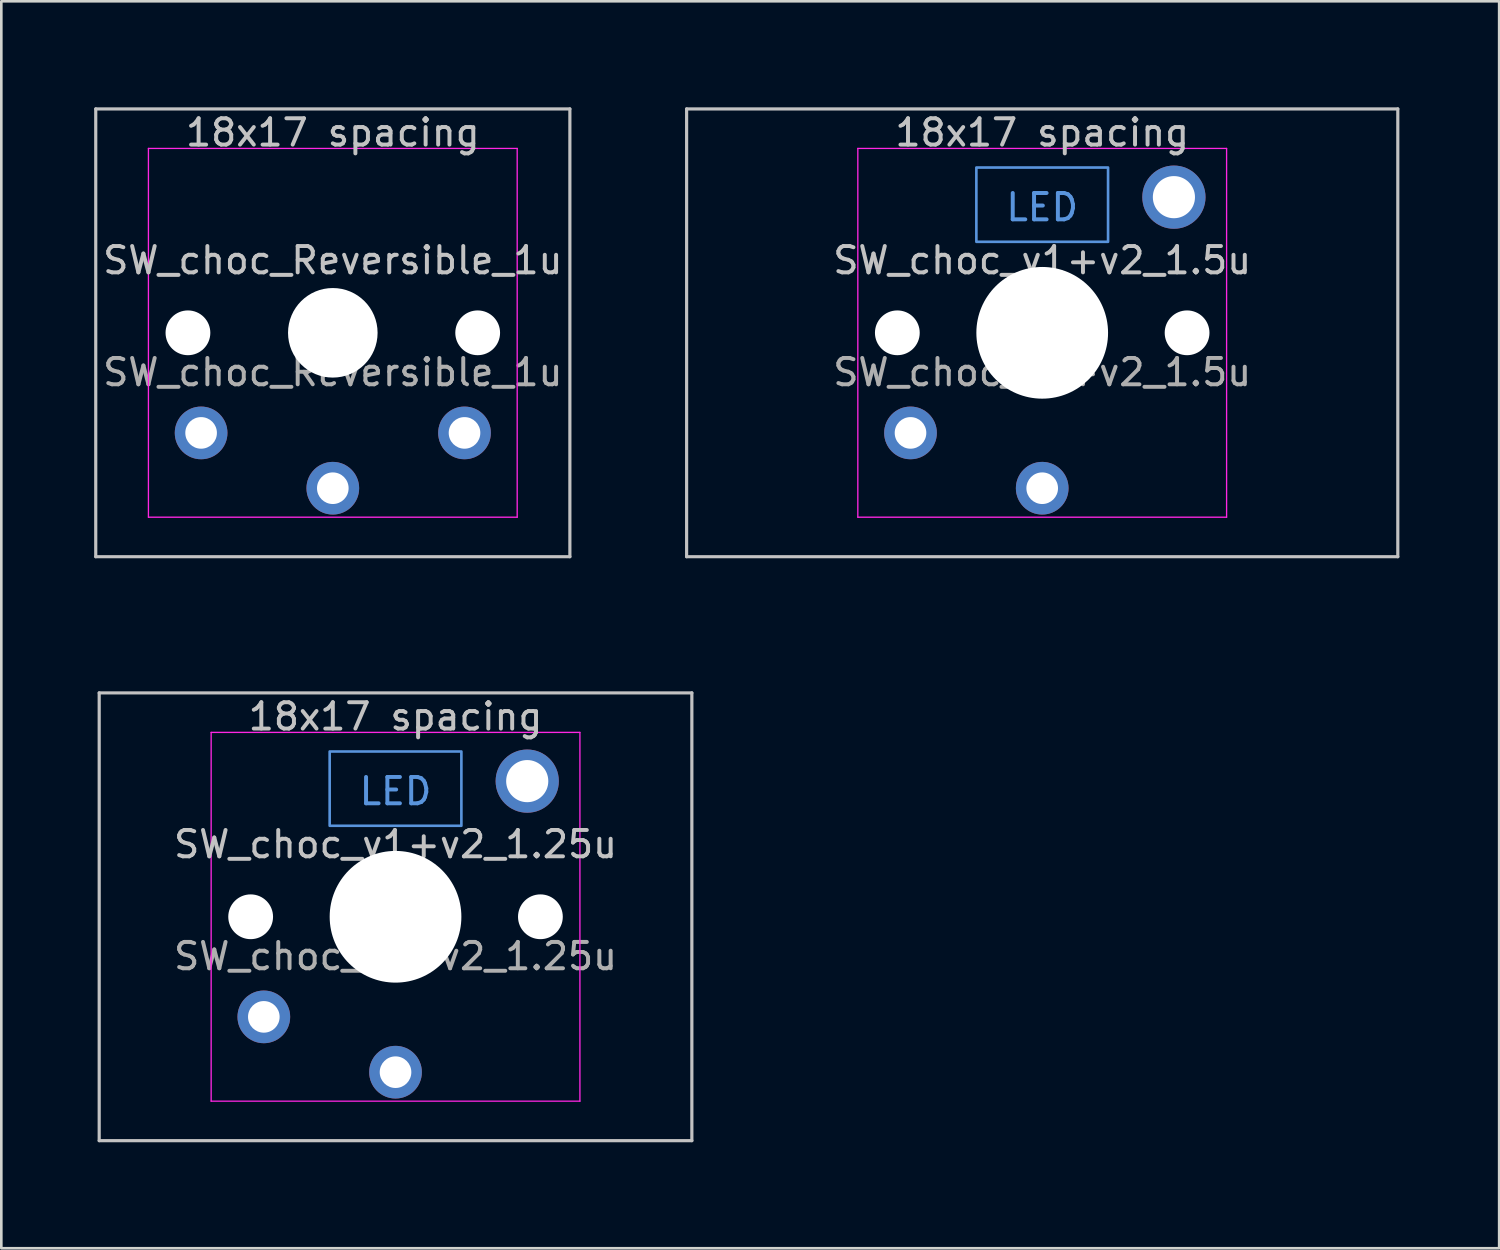
<source format=kicad_pcb>
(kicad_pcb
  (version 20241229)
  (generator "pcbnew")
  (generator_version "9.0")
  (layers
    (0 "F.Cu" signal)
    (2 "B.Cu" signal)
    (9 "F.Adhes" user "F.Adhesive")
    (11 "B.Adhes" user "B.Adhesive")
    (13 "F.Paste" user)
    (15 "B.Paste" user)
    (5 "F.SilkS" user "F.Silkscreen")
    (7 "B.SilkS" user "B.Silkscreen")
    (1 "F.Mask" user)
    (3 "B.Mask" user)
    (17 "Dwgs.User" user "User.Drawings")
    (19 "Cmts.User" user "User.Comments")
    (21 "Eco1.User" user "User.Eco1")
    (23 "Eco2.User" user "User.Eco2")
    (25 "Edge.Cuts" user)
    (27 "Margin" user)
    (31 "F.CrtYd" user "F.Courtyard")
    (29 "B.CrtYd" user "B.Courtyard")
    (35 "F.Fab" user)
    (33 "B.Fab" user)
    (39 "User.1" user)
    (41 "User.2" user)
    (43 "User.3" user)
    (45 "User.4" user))
  (footprint "SW_choc_Reversible_1u"
    (layer "F.Cu")
    (at 9.585 9.585)
    (property "Reference" "SW_choc_Reversible_1u" (at 0 -2.75 180) (layer "Dwgs.User") (effects (font (size 1 1) (thickness 0.15))))
    (attr through_hole exclude_from_pos_files exclude_from_bom)
    (fp_line (start -9 -8.5) (end 9 -8.5) (stroke (width 0.12) (type solid)) (layer "Dwgs.User"))
    (fp_line (start -9 8.5) (end -9 -8.5) (stroke (width 0.12) (type solid)) (layer "Dwgs.User"))
    (fp_line (start 9 -8.5) (end 9 8.5) (stroke (width 0.12) (type solid)) (layer "Dwgs.User"))
    (fp_line (start 9 8.5) (end -9 8.5) (stroke (width 0.12) (type solid)) (layer "Dwgs.User"))
    (fp_line (start -9.525 -9.525) (end -9.525 9.525) (stroke (width 0.12) (type solid)) (layer "Eco1.User"))
    (fp_line (start -9.525 9.525) (end 9.525 9.525) (stroke (width 0.12) (type solid)) (layer "Eco1.User"))
    (fp_line (start 9.525 -9.525) (end -9.525 -9.525) (stroke (width 0.12) (type solid)) (layer "Eco1.User"))
    (fp_line (start 9.525 9.525) (end 9.525 -9.525) (stroke (width 0.12) (type solid)) (layer "Eco1.User"))
    (fp_line (start -6.95 6.45) (end -6.95 -6.45) (stroke (width 0.05) (type solid)) (layer "Eco2.User"))
    (fp_line (start -6.45 -6.95) (end 6.45 -6.95) (stroke (width 0.05) (type solid)) (layer "Eco2.User"))
    (fp_line (start 6.45 6.95) (end -6.45 6.95) (stroke (width 0.05) (type solid)) (layer "Eco2.User"))
    (fp_line (start 6.95 -6.45) (end 6.95 6.45) (stroke (width 0.05) (type solid)) (layer "Eco2.User"))
    (fp_arc (start -6.95 -6.45) (mid -6.803553 -6.803553) (end -6.45 -6.95) (stroke (width 0.05) (type solid)) (layer "Eco2.User"))
    (fp_arc (start -6.45 6.95) (mid -6.803553 6.803553) (end -6.95 6.45) (stroke (width 0.05) (type solid)) (layer "Eco2.User"))
    (fp_arc (start 6.45 -6.95) (mid 6.803553 -6.803553) (end 6.95 -6.45) (stroke (width 0.05) (type solid)) (layer "Eco2.User"))
    (fp_arc (start 6.95 6.45) (mid 6.803553 6.803553) (end 6.45 6.95) (stroke (width 0.05) (type solid)) (layer "Eco2.User"))
    (fp_line (start -7 -7) (end 7 -7) (stroke (width 0.05) (type solid)) (layer "F.CrtYd"))
    (fp_line (start -7 7) (end -7 -7) (stroke (width 0.05) (type solid)) (layer "F.CrtYd"))
    (fp_line (start 7 -7) (end 7 7) (stroke (width 0.05) (type solid)) (layer "F.CrtYd"))
    (fp_line (start 7 7) (end -7 7) (stroke (width 0.05) (type solid)) (layer "F.CrtYd"))
    (fp_text user "18x17 spacing" (at 0 -7.6 180) (layer "Dwgs.User") (effects (font (size 1 1) (thickness 0.15))))
    (fp_text user "19.05 spacing" (at 0 -8.7 180) (layer "Eco1.User") (effects (font (size 1 1) (thickness 0.15))))
    (fp_text user "${REFERENCE}" (at 0 1.5 0) (layer "F.Fab") (effects (font (size 1 1) (thickness 0.15))))
    (pad "" np_thru_hole circle (at -5.5 0 180) (size 1.7 1.7) (drill 1.7) (layers "*.Cu" "*.Mask"))
    (pad "" np_thru_hole circle (at 0 0 180) (size 3.4 3.4) (drill 3.4) (layers "*.Cu" "*.Mask"))
    (pad "" np_thru_hole circle (at 5.5 0 180) (size 1.7 1.7) (drill 1.7) (layers "*.Cu" "*.Mask"))
    (pad "1" thru_hole circle (at -5 3.8 180) (size 2 2) (drill 1.2) (layers "*.Cu" "*.Mask"))
    (pad "1" thru_hole circle (at 5 3.8) (size 2 2) (drill 1.2) (layers "*.Cu" "*.Mask"))
    (pad "2" thru_hole circle (at 0 5.9 180) (size 2 2) (drill 1.2) (layers "*.Cu" "*.Mask")))
  (footprint "SW_choc_v1+v2_1.25u"
    (layer "F.Cu")
    (at 11.966 31.755)
    (property "Reference" "SW_choc_v1+v2_1.25u" (at 0 -2.75 180) (layer "Dwgs.User") (effects (font (size 1 1) (thickness 0.15))))
    (attr through_hole exclude_from_pos_files exclude_from_bom)
    (fp_line (start -11.25 -8.5) (end 11.25 -8.5) (stroke (width 0.12) (type solid)) (layer "Dwgs.User"))
    (fp_line (start -11.25 8.5) (end -11.25 -8.5) (stroke (width 0.12) (type solid)) (layer "Dwgs.User"))
    (fp_line (start 11.25 -8.5) (end 11.25 8.5) (stroke (width 0.12) (type solid)) (layer "Dwgs.User"))
    (fp_line (start 11.25 8.5) (end -11.25 8.5) (stroke (width 0.12) (type solid)) (layer "Dwgs.User"))
    (fp_rect (start -2.5 -6.275) (end 2.5 -3.455) (stroke (width 0.1) (type default)) (fill no) (layer "Cmts.User"))
    (fp_line (start -11.906 -9.525) (end -11.906 9.525) (stroke (width 0.12) (type solid)) (layer "Eco1.User"))
    (fp_line (start -11.906 9.525) (end 11.906 9.525) (stroke (width 0.12) (type solid)) (layer "Eco1.User"))
    (fp_line (start 11.906 -9.525) (end -11.906 -9.525) (stroke (width 0.12) (type solid)) (layer "Eco1.User"))
    (fp_line (start 11.906 9.525) (end 11.906 -9.525) (stroke (width 0.12) (type solid)) (layer "Eco1.User"))
    (fp_line (start -6.95 6.45) (end -6.95 -6.45) (stroke (width 0.05) (type solid)) (layer "Eco2.User"))
    (fp_line (start -6.45 -6.95) (end 6.45 -6.95) (stroke (width 0.05) (type solid)) (layer "Eco2.User"))
    (fp_line (start 6.45 6.95) (end -6.45 6.95) (stroke (width 0.05) (type solid)) (layer "Eco2.User"))
    (fp_line (start 6.95 -6.45) (end 6.95 6.45) (stroke (width 0.05) (type solid)) (layer "Eco2.User"))
    (fp_arc (start -6.95 -6.45) (mid -6.803553 -6.803553) (end -6.45 -6.95) (stroke (width 0.05) (type solid)) (layer "Eco2.User"))
    (fp_arc (start -6.45 6.95) (mid -6.803553 6.803553) (end -6.95 6.45) (stroke (width 0.05) (type solid)) (layer "Eco2.User"))
    (fp_arc (start 6.45 -6.95) (mid 6.803553 -6.803553) (end 6.95 -6.45) (stroke (width 0.05) (type solid)) (layer "Eco2.User"))
    (fp_arc (start 6.95 6.45) (mid 6.803553 6.803553) (end 6.45 6.95) (stroke (width 0.05) (type solid)) (layer "Eco2.User"))
    (fp_line (start -7 -7) (end 7 -7) (stroke (width 0.05) (type solid)) (layer "F.CrtYd"))
    (fp_line (start -7 7) (end -7 -7) (stroke (width 0.05) (type solid)) (layer "F.CrtYd"))
    (fp_line (start 7 -7) (end 7 7) (stroke (width 0.05) (type solid)) (layer "F.CrtYd"))
    (fp_line (start 7 7) (end -7 7) (stroke (width 0.05) (type solid)) (layer "F.CrtYd"))
    (fp_text user "18x17 spacing" (at 0 -7.6 0) (layer "Dwgs.User") (effects (font (size 1 1) (thickness 0.15))))
    (fp_text user "LED" (at 0 -4.763 0) (unlocked yes) (layer "Cmts.User") (effects (font (size 1 1) (thickness 0.15))))
    (fp_text user "19.05 spacing" (at 0 -8.7 0) (layer "Eco1.User") (effects (font (size 1 1) (thickness 0.15))))
    (fp_text user "${REFERENCE}" (at 0 1.5 0) (layer "F.Fab") (effects (font (size 1 1) (thickness 0.15))))
    (pad "" np_thru_hole circle (at -5.5 0 180) (size 1.7 1.7) (drill 1.7) (layers "*.Cu" "*.Mask"))
    (pad "" np_thru_hole circle (at 0 0 180) (size 5 5) (drill 5) (layers "*.Cu" "*.Mask"))
    (pad "" np_thru_hole circle (at 5.5 0 180) (size 1.7 1.7) (drill 1.7) (layers "*.Cu" "*.Mask"))
    (pad "1" thru_hole circle (at -5 3.8 180) (size 2 2) (drill 1.2) (layers "*.Cu" "B.Mask"))
    (pad "2" thru_hole circle (at 0 5.9 180) (size 2 2) (drill 1.2) (layers "*.Cu" "B.Mask"))
    (pad "MP" thru_hole circle (at 5 -5.15 180) (size 2.4 2.4) (drill 1.6) (layers "*.Cu" "B.Mask")))
  (footprint "SW_choc_v1+v2_1.5u"
    (layer "F.Cu")
    (at 36.517 9.585)
    (property "Reference" "SW_choc_v1+v2_1.5u" (at 0 -2.75 180) (layer "Dwgs.User") (effects (font (size 1 1) (thickness 0.15))))
    (attr through_hole exclude_from_pos_files exclude_from_bom)
    (fp_line (start -13.5 -8.5) (end 13.5 -8.5) (stroke (width 0.12) (type solid)) (layer "Dwgs.User"))
    (fp_line (start -13.5 8.5) (end -13.5 -8.5) (stroke (width 0.12) (type solid)) (layer "Dwgs.User"))
    (fp_line (start 13.5 -8.5) (end 13.5 8.5) (stroke (width 0.12) (type solid)) (layer "Dwgs.User"))
    (fp_line (start 13.5 8.5) (end -13.5 8.5) (stroke (width 0.12) (type solid)) (layer "Dwgs.User"))
    (fp_rect (start -2.5 -6.275) (end 2.5 -3.455) (stroke (width 0.1) (type default)) (fill no) (layer "Cmts.User"))
    (fp_line (start -14.287 -9.525) (end -14.287 9.525) (stroke (width 0.12) (type solid)) (layer "Eco1.User"))
    (fp_line (start -14.287 9.525) (end 14.287 9.525) (stroke (width 0.12) (type solid)) (layer "Eco1.User"))
    (fp_line (start 14.287 -9.525) (end -14.287 -9.525) (stroke (width 0.12) (type solid)) (layer "Eco1.User"))
    (fp_line (start 14.287 9.525) (end 14.287 -9.525) (stroke (width 0.12) (type solid)) (layer "Eco1.User"))
    (fp_line (start -6.95 6.45) (end -6.95 -6.45) (stroke (width 0.05) (type solid)) (layer "Eco2.User"))
    (fp_line (start -6.45 -6.95) (end 6.45 -6.95) (stroke (width 0.05) (type solid)) (layer "Eco2.User"))
    (fp_line (start 6.45 6.95) (end -6.45 6.95) (stroke (width 0.05) (type solid)) (layer "Eco2.User"))
    (fp_line (start 6.95 -6.45) (end 6.95 6.45) (stroke (width 0.05) (type solid)) (layer "Eco2.User"))
    (fp_arc (start -6.95 -6.45) (mid -6.803553 -6.803553) (end -6.45 -6.95) (stroke (width 0.05) (type solid)) (layer "Eco2.User"))
    (fp_arc (start -6.45 6.95) (mid -6.803553 6.803553) (end -6.95 6.45) (stroke (width 0.05) (type solid)) (layer "Eco2.User"))
    (fp_arc (start 6.45 -6.95) (mid 6.803553 -6.803553) (end 6.95 -6.45) (stroke (width 0.05) (type solid)) (layer "Eco2.User"))
    (fp_arc (start 6.95 6.45) (mid 6.803553 6.803553) (end 6.45 6.95) (stroke (width 0.05) (type solid)) (layer "Eco2.User"))
    (fp_line (start -7 -7) (end 7 -7) (stroke (width 0.05) (type solid)) (layer "F.CrtYd"))
    (fp_line (start -7 7) (end -7 -7) (stroke (width 0.05) (type solid)) (layer "F.CrtYd"))
    (fp_line (start 7 -7) (end 7 7) (stroke (width 0.05) (type solid)) (layer "F.CrtYd"))
    (fp_line (start 7 7) (end -7 7) (stroke (width 0.05) (type solid)) (layer "F.CrtYd"))
    (fp_text user "18x17 spacing" (at 0 -7.6 0) (layer "Dwgs.User") (effects (font (size 1 1) (thickness 0.15))))
    (fp_text user "LED" (at 0 -4.763 0) (unlocked yes) (layer "Cmts.User") (effects (font (size 1 1) (thickness 0.15))))
    (fp_text user "19.05 spacing" (at 0 -8.7 0) (layer "Eco1.User") (effects (font (size 1 1) (thickness 0.15))))
    (fp_text user "${REFERENCE}" (at 0 1.5 0) (layer "F.Fab") (effects (font (size 1 1) (thickness 0.15))))
    (pad "" np_thru_hole circle (at -5.5 0 180) (size 1.7 1.7) (drill 1.7) (layers "*.Cu" "*.Mask"))
    (pad "" np_thru_hole circle (at 0 0 180) (size 5 5) (drill 5) (layers "*.Cu" "*.Mask"))
    (pad "" np_thru_hole circle (at 5.5 0 180) (size 1.7 1.7) (drill 1.7) (layers "*.Cu" "*.Mask"))
    (pad "1" thru_hole circle (at -5 3.8 180) (size 2 2) (drill 1.2) (layers "*.Cu" "B.Mask"))
    (pad "2" thru_hole circle (at 0 5.9 180) (size 2 2) (drill 1.2) (layers "*.Cu" "B.Mask"))
    (pad "MP" thru_hole circle (at 5 -5.15 180) (size 2.4 2.4) (drill 1.6) (layers "*.Cu" "B.Mask")))
  (gr_rect
    (start -3 -3)
    (end 53.865 44.34)
    (stroke (width 0.1) (type default))
    (fill no)
    (layer "Edge.Cuts")))
</source>
